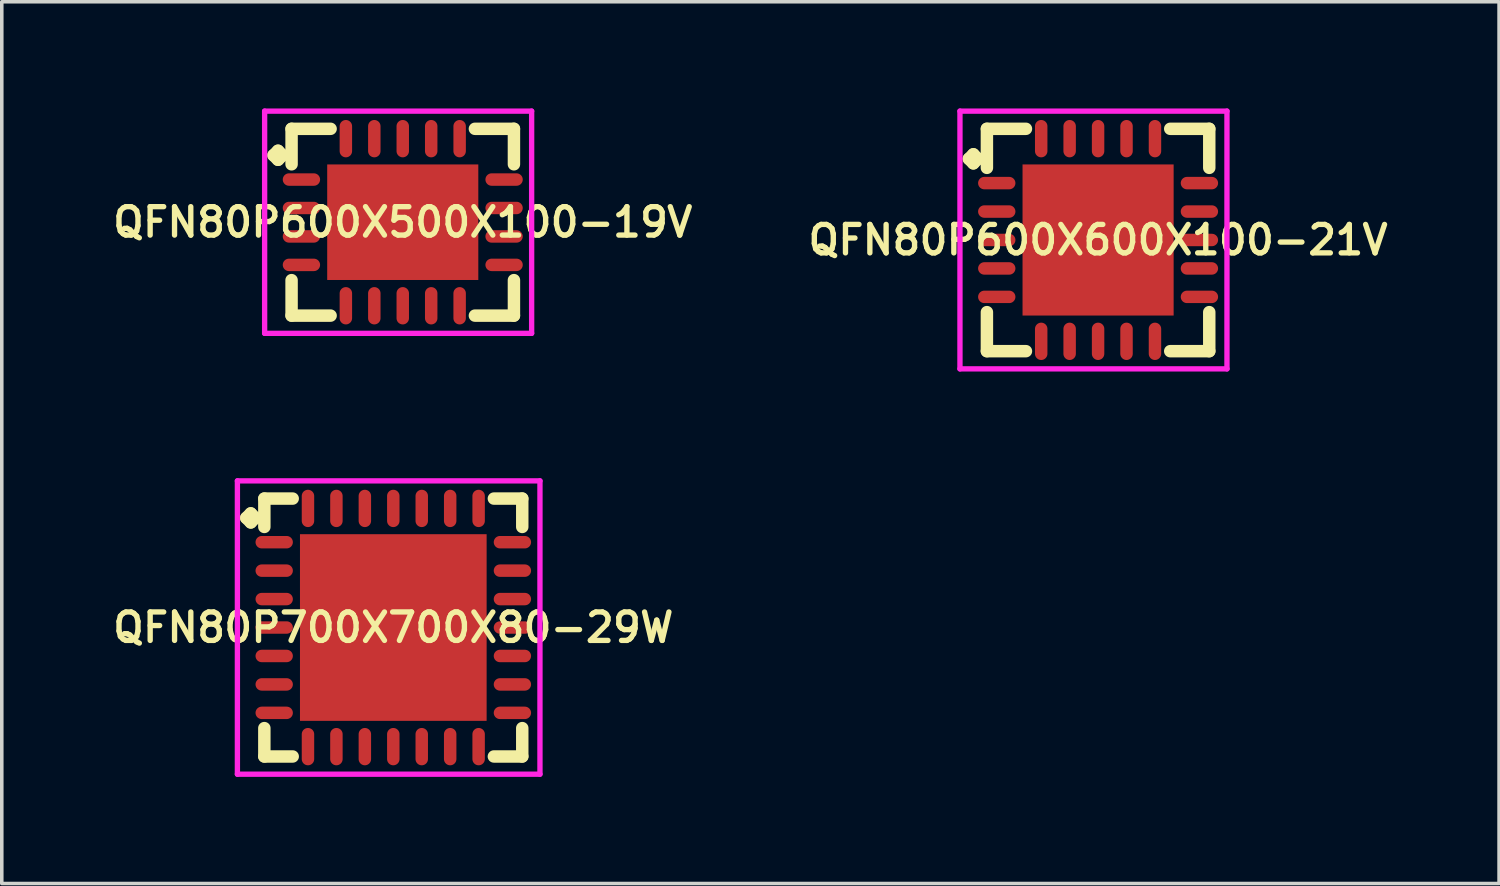
<source format=kicad_pcb>
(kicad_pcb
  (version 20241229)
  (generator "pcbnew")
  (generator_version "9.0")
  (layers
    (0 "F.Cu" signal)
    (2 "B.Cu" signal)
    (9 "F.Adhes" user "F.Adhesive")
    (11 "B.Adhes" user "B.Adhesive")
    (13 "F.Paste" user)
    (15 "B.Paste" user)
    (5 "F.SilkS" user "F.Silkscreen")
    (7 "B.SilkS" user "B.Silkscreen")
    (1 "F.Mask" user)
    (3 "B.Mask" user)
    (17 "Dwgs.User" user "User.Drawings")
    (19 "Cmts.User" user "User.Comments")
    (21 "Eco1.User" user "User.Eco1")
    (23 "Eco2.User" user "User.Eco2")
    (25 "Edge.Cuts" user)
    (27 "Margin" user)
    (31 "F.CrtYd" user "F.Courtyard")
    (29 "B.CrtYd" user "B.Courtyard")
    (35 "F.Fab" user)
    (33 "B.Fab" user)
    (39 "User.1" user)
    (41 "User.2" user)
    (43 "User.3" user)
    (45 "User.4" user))
  (footprint "QFN80P600X600X100-21V"
    (layer "F.Cu")
    (at 27.835 3.7)
    (property "Reference" "QFN80P600X600X100-21V" (at 0 0 0) (layer "F.SilkS") (effects (font (size 0.8 0.8) (thickness 0.15))))
    (attr smd)
    (fp_line (start -3.635 -2.283) (end -3.508 -2.41) (stroke (width 0.35) (type solid)) (layer "F.SilkS"))
    (fp_line (start -3.508 -2.41) (end -3.381 -2.283) (stroke (width 0.35) (type solid)) (layer "F.SilkS"))
    (fp_line (start -3.508 -2.156) (end -3.635 -2.283) (stroke (width 0.35) (type solid)) (layer "F.SilkS"))
    (fp_line (start -3.381 -2.283) (end -3.508 -2.156) (stroke (width 0.35) (type solid)) (layer "F.SilkS"))
    (fp_line (start -3.127 -3.127) (end -2.029 -3.127) (stroke (width 0.35) (type solid)) (layer "F.SilkS"))
    (fp_line (start -3.127 -2.029) (end -3.127 -3.127) (stroke (width 0.35) (type solid)) (layer "F.SilkS"))
    (fp_line (start -3.127 2.029) (end -3.127 3.127) (stroke (width 0.35) (type solid)) (layer "F.SilkS"))
    (fp_line (start -3.127 3.127) (end -2.029 3.127) (stroke (width 0.35) (type solid)) (layer "F.SilkS"))
    (fp_line (start 2.029 -3.127) (end 3.127 -3.127) (stroke (width 0.35) (type solid)) (layer "F.SilkS"))
    (fp_line (start 2.029 3.127) (end 3.127 3.127) (stroke (width 0.35) (type solid)) (layer "F.SilkS"))
    (fp_line (start 3.127 -3.127) (end 3.127 -2.029) (stroke (width 0.35) (type solid)) (layer "F.SilkS"))
    (fp_line (start 3.127 3.127) (end 3.127 2.029) (stroke (width 0.35) (type solid)) (layer "F.SilkS"))
    (fp_line (start -3.885 -3.625) (end 3.625 -3.625) (stroke (width 0.15) (type solid)) (layer "F.CrtYd"))
    (fp_line (start -3.885 3.625) (end -3.885 -3.625) (stroke (width 0.15) (type solid)) (layer "F.CrtYd"))
    (fp_line (start 3.625 -3.625) (end 3.625 3.625) (stroke (width 0.15) (type solid)) (layer "F.CrtYd"))
    (fp_line (start 3.625 3.625) (end -3.885 3.625) (stroke (width 0.15) (type solid)) (layer "F.CrtYd"))
    (pad "1" smd oval (at -2.85 -1.6) (size 1.05 0.35) (layers "F.Cu" "F.Mask" "F.Paste"))
    (pad "2" smd oval (at -2.85 -0.8) (size 1.05 0.35) (layers "F.Cu" "F.Mask" "F.Paste"))
    (pad "3" smd oval (at -2.85 0) (size 1.05 0.35) (layers "F.Cu" "F.Mask" "F.Paste"))
    (pad "4" smd oval (at -2.85 0.8) (size 1.05 0.35) (layers "F.Cu" "F.Mask" "F.Paste"))
    (pad "5" smd oval (at -2.85 1.6) (size 1.05 0.35) (layers "F.Cu" "F.Mask" "F.Paste"))
    (pad "6" smd oval (at -1.6 2.85) (size 0.35 1.05) (layers "F.Cu" "F.Mask" "F.Paste"))
    (pad "7" smd oval (at -0.8 2.85) (size 0.35 1.05) (layers "F.Cu" "F.Mask" "F.Paste"))
    (pad "8" smd oval (at 0 2.85) (size 0.35 1.05) (layers "F.Cu" "F.Mask" "F.Paste"))
    (pad "9" smd oval (at 0.8 2.85) (size 0.35 1.05) (layers "F.Cu" "F.Mask" "F.Paste"))
    (pad "10" smd oval (at 1.6 2.85) (size 0.35 1.05) (layers "F.Cu" "F.Mask" "F.Paste"))
    (pad "11" smd oval (at 2.85 1.6) (size 1.05 0.35) (layers "F.Cu" "F.Mask" "F.Paste"))
    (pad "12" smd oval (at 2.85 0.8) (size 1.05 0.35) (layers "F.Cu" "F.Mask" "F.Paste"))
    (pad "13" smd oval (at 2.85 0) (size 1.05 0.35) (layers "F.Cu" "F.Mask" "F.Paste"))
    (pad "14" smd oval (at 2.85 -0.8) (size 1.05 0.35) (layers "F.Cu" "F.Mask" "F.Paste"))
    (pad "15" smd oval (at 2.85 -1.6) (size 1.05 0.35) (layers "F.Cu" "F.Mask" "F.Paste"))
    (pad "16" smd oval (at 1.6 -2.85) (size 0.35 1.05) (layers "F.Cu" "F.Mask" "F.Paste"))
    (pad "17" smd oval (at 0.8 -2.85) (size 0.35 1.05) (layers "F.Cu" "F.Mask" "F.Paste"))
    (pad "18" smd oval (at 0 -2.85) (size 0.35 1.05) (layers "F.Cu" "F.Mask" "F.Paste"))
    (pad "19" smd oval (at -0.8 -2.85) (size 0.35 1.05) (layers "F.Cu" "F.Mask" "F.Paste"))
    (pad "20" smd oval (at -1.6 -2.85) (size 0.35 1.05) (layers "F.Cu" "F.Mask" "F.Paste"))
    (pad "21" smd rect (at 0 0) (size 4.25 4.25) (layers "F.Cu" "F.Mask" "F.Paste")))
  (footprint "QFN80P600X500X100-19V"
    (layer "F.Cu")
    (at 8.278 3.2)
    (property "Reference" "QFN80P600X500X100-19V" (at 0 0 0) (layer "F.SilkS") (effects (font (size 0.8 0.8) (thickness 0.15))))
    (attr smd)
    (fp_line (start -3.635 -1.883) (end -3.508 -2.01) (stroke (width 0.35) (type solid)) (layer "F.SilkS"))
    (fp_line (start -3.508 -2.01) (end -3.381 -1.883) (stroke (width 0.35) (type solid)) (layer "F.SilkS"))
    (fp_line (start -3.508 -1.756) (end -3.635 -1.883) (stroke (width 0.35) (type solid)) (layer "F.SilkS"))
    (fp_line (start -3.381 -1.883) (end -3.508 -1.756) (stroke (width 0.35) (type solid)) (layer "F.SilkS"))
    (fp_line (start -3.127 -2.627) (end -2.029 -2.627) (stroke (width 0.35) (type solid)) (layer "F.SilkS"))
    (fp_line (start -3.127 -1.629) (end -3.127 -2.627) (stroke (width 0.35) (type solid)) (layer "F.SilkS"))
    (fp_line (start -3.127 1.629) (end -3.127 2.627) (stroke (width 0.35) (type solid)) (layer "F.SilkS"))
    (fp_line (start -3.127 2.627) (end -2.029 2.627) (stroke (width 0.35) (type solid)) (layer "F.SilkS"))
    (fp_line (start 2.029 -2.627) (end 3.127 -2.627) (stroke (width 0.35) (type solid)) (layer "F.SilkS"))
    (fp_line (start 2.029 2.627) (end 3.127 2.627) (stroke (width 0.35) (type solid)) (layer "F.SilkS"))
    (fp_line (start 3.127 -2.627) (end 3.127 -1.629) (stroke (width 0.35) (type solid)) (layer "F.SilkS"))
    (fp_line (start 3.127 2.627) (end 3.127 1.629) (stroke (width 0.35) (type solid)) (layer "F.SilkS"))
    (fp_line (start -3.885 -3.125) (end 3.625 -3.125) (stroke (width 0.15) (type solid)) (layer "F.CrtYd"))
    (fp_line (start -3.885 3.125) (end -3.885 -3.125) (stroke (width 0.15) (type solid)) (layer "F.CrtYd"))
    (fp_line (start 3.625 -3.125) (end 3.625 3.125) (stroke (width 0.15) (type solid)) (layer "F.CrtYd"))
    (fp_line (start 3.625 3.125) (end -3.885 3.125) (stroke (width 0.15) (type solid)) (layer "F.CrtYd"))
    (pad "1" smd oval (at -2.85 -1.2) (size 1.05 0.35) (layers "F.Cu" "F.Mask" "F.Paste"))
    (pad "2" smd oval (at -2.85 -0.4) (size 1.05 0.35) (layers "F.Cu" "F.Mask" "F.Paste"))
    (pad "3" smd oval (at -2.85 0.4) (size 1.05 0.35) (layers "F.Cu" "F.Mask" "F.Paste"))
    (pad "4" smd oval (at -2.85 1.2) (size 1.05 0.35) (layers "F.Cu" "F.Mask" "F.Paste"))
    (pad "5" smd oval (at -1.6 2.35) (size 0.35 1.05) (layers "F.Cu" "F.Mask" "F.Paste"))
    (pad "6" smd oval (at -0.8 2.35) (size 0.35 1.05) (layers "F.Cu" "F.Mask" "F.Paste"))
    (pad "7" smd oval (at 0 2.35) (size 0.35 1.05) (layers "F.Cu" "F.Mask" "F.Paste"))
    (pad "8" smd oval (at 0.8 2.35) (size 0.35 1.05) (layers "F.Cu" "F.Mask" "F.Paste"))
    (pad "9" smd oval (at 1.6 2.35) (size 0.35 1.05) (layers "F.Cu" "F.Mask" "F.Paste"))
    (pad "10" smd oval (at 2.85 1.2) (size 1.05 0.35) (layers "F.Cu" "F.Mask" "F.Paste"))
    (pad "11" smd oval (at 2.85 0.4) (size 1.05 0.35) (layers "F.Cu" "F.Mask" "F.Paste"))
    (pad "12" smd oval (at 2.85 -0.4) (size 1.05 0.35) (layers "F.Cu" "F.Mask" "F.Paste"))
    (pad "13" smd oval (at 2.85 -1.2) (size 1.05 0.35) (layers "F.Cu" "F.Mask" "F.Paste"))
    (pad "14" smd oval (at 1.6 -2.35) (size 0.35 1.05) (layers "F.Cu" "F.Mask" "F.Paste"))
    (pad "15" smd oval (at 0.8 -2.35) (size 0.35 1.05) (layers "F.Cu" "F.Mask" "F.Paste"))
    (pad "16" smd oval (at 0 -2.35) (size 0.35 1.05) (layers "F.Cu" "F.Mask" "F.Paste"))
    (pad "17" smd oval (at -0.8 -2.35) (size 0.35 1.05) (layers "F.Cu" "F.Mask" "F.Paste"))
    (pad "18" smd oval (at -1.6 -2.35) (size 0.35 1.05) (layers "F.Cu" "F.Mask" "F.Paste"))
    (pad "19" smd rect (at 0 0) (size 4.25 3.25) (layers "F.Cu" "F.Mask" "F.Paste")))
  (footprint "QFN80P700X700X80-29W"
    (layer "F.Cu")
    (at 8.012 14.6)
    (property "Reference" "QFN80P700X700X80-29W" (at 0 0 0) (layer "F.SilkS") (effects (font (size 0.8 0.8) (thickness 0.15))))
    (attr through_hole)
    (fp_line (start -4.135 -3.083) (end -4.008 -3.21) (stroke (width 0.35) (type solid)) (layer "F.SilkS"))
    (fp_line (start -4.008 -3.21) (end -3.881 -3.083) (stroke (width 0.35) (type solid)) (layer "F.SilkS"))
    (fp_line (start -4.008 -2.956) (end -4.135 -3.083) (stroke (width 0.35) (type solid)) (layer "F.SilkS"))
    (fp_line (start -3.881 -3.083) (end -4.008 -2.956) (stroke (width 0.35) (type solid)) (layer "F.SilkS"))
    (fp_line (start -3.627 -3.627) (end -2.829 -3.627) (stroke (width 0.35) (type solid)) (layer "F.SilkS"))
    (fp_line (start -3.627 -2.829) (end -3.627 -3.627) (stroke (width 0.35) (type solid)) (layer "F.SilkS"))
    (fp_line (start -3.627 2.829) (end -3.627 3.627) (stroke (width 0.35) (type solid)) (layer "F.SilkS"))
    (fp_line (start -3.627 3.627) (end -2.829 3.627) (stroke (width 0.35) (type solid)) (layer "F.SilkS"))
    (fp_line (start 2.829 -3.627) (end 3.627 -3.627) (stroke (width 0.35) (type solid)) (layer "F.SilkS"))
    (fp_line (start 2.829 3.627) (end 3.627 3.627) (stroke (width 0.35) (type solid)) (layer "F.SilkS"))
    (fp_line (start 3.627 -3.627) (end 3.627 -2.829) (stroke (width 0.35) (type solid)) (layer "F.SilkS"))
    (fp_line (start 3.627 3.627) (end 3.627 2.829) (stroke (width 0.35) (type solid)) (layer "F.SilkS"))
    (fp_line (start -4.385 -4.125) (end 4.125 -4.125) (stroke (width 0.15) (type solid)) (layer "F.CrtYd"))
    (fp_line (start -4.385 4.125) (end -4.385 -4.125) (stroke (width 0.15) (type solid)) (layer "F.CrtYd"))
    (fp_line (start 4.125 -4.125) (end 4.125 4.125) (stroke (width 0.15) (type solid)) (layer "F.CrtYd"))
    (fp_line (start 4.125 4.125) (end -4.385 4.125) (stroke (width 0.15) (type solid)) (layer "F.CrtYd"))
    (pad "1" smd oval (at -3.35 -2.4) (size 1.05 0.35) (layers "F.Cu" "F.Mask" "F.Paste"))
    (pad "2" smd oval (at -3.35 -1.6) (size 1.05 0.35) (layers "F.Cu" "F.Mask" "F.Paste"))
    (pad "3" smd oval (at -3.35 -0.8) (size 1.05 0.35) (layers "F.Cu" "F.Mask" "F.Paste"))
    (pad "4" smd oval (at -3.35 0) (size 1.05 0.35) (layers "F.Cu" "F.Mask" "F.Paste"))
    (pad "5" smd oval (at -3.35 0.8) (size 1.05 0.35) (layers "F.Cu" "F.Mask" "F.Paste"))
    (pad "6" smd oval (at -3.35 1.6) (size 1.05 0.35) (layers "F.Cu" "F.Mask" "F.Paste"))
    (pad "7" smd oval (at -3.35 2.4) (size 1.05 0.35) (layers "F.Cu" "F.Mask" "F.Paste"))
    (pad "8" smd oval (at -2.4 3.35) (size 0.35 1.05) (layers "F.Cu" "F.Mask" "F.Paste"))
    (pad "9" smd oval (at -1.6 3.35) (size 0.35 1.05) (layers "F.Cu" "F.Mask" "F.Paste"))
    (pad "10" smd oval (at -0.8 3.35) (size 0.35 1.05) (layers "F.Cu" "F.Mask" "F.Paste"))
    (pad "11" smd oval (at 0 3.35) (size 0.35 1.05) (layers "F.Cu" "F.Mask" "F.Paste"))
    (pad "12" smd oval (at 0.8 3.35) (size 0.35 1.05) (layers "F.Cu" "F.Mask" "F.Paste"))
    (pad "13" smd oval (at 1.6 3.35) (size 0.35 1.05) (layers "F.Cu" "F.Mask" "F.Paste"))
    (pad "14" smd oval (at 2.4 3.35) (size 0.35 1.05) (layers "F.Cu" "F.Mask" "F.Paste"))
    (pad "15" smd oval (at 3.35 2.4) (size 1.05 0.35) (layers "F.Cu" "F.Mask" "F.Paste"))
    (pad "16" smd oval (at 3.35 1.6) (size 1.05 0.35) (layers "F.Cu" "F.Mask" "F.Paste"))
    (pad "17" smd oval (at 3.35 0.8) (size 1.05 0.35) (layers "F.Cu" "F.Mask" "F.Paste"))
    (pad "18" smd oval (at 3.35 0) (size 1.05 0.35) (layers "F.Cu" "F.Mask" "F.Paste"))
    (pad "19" smd oval (at 3.35 -0.8) (size 1.05 0.35) (layers "F.Cu" "F.Mask" "F.Paste"))
    (pad "20" smd oval (at 3.35 -1.6) (size 1.05 0.35) (layers "F.Cu" "F.Mask" "F.Paste"))
    (pad "21" smd oval (at 3.35 -2.4) (size 1.05 0.35) (layers "F.Cu" "F.Mask" "F.Paste"))
    (pad "22" smd oval (at 2.4 -3.35) (size 0.35 1.05) (layers "F.Cu" "F.Mask" "F.Paste"))
    (pad "23" smd oval (at 1.6 -3.35) (size 0.35 1.05) (layers "F.Cu" "F.Mask" "F.Paste"))
    (pad "24" smd oval (at 0.8 -3.35) (size 0.35 1.05) (layers "F.Cu" "F.Mask" "F.Paste"))
    (pad "25" smd oval (at 0 -3.35) (size 0.35 1.05) (layers "F.Cu" "F.Mask" "F.Paste"))
    (pad "26" smd oval (at -0.8 -3.35) (size 0.35 1.05) (layers "F.Cu" "F.Mask" "F.Paste"))
    (pad "27" smd oval (at -1.6 -3.35) (size 0.35 1.05) (layers "F.Cu" "F.Mask" "F.Paste"))
    (pad "28" smd oval (at -2.4 -3.35) (size 0.35 1.05) (layers "F.Cu" "F.Mask" "F.Paste"))
    (pad "29" smd rect (at 0 0) (size 5.25 5.25) (layers "F.Cu" "F.Mask" "F.Paste")))
  (gr_rect
    (start -3 -3)
    (end 39.113 21.8)
    (stroke (width 0.1) (type default))
    (fill no)
    (layer "Edge.Cuts")))
</source>
